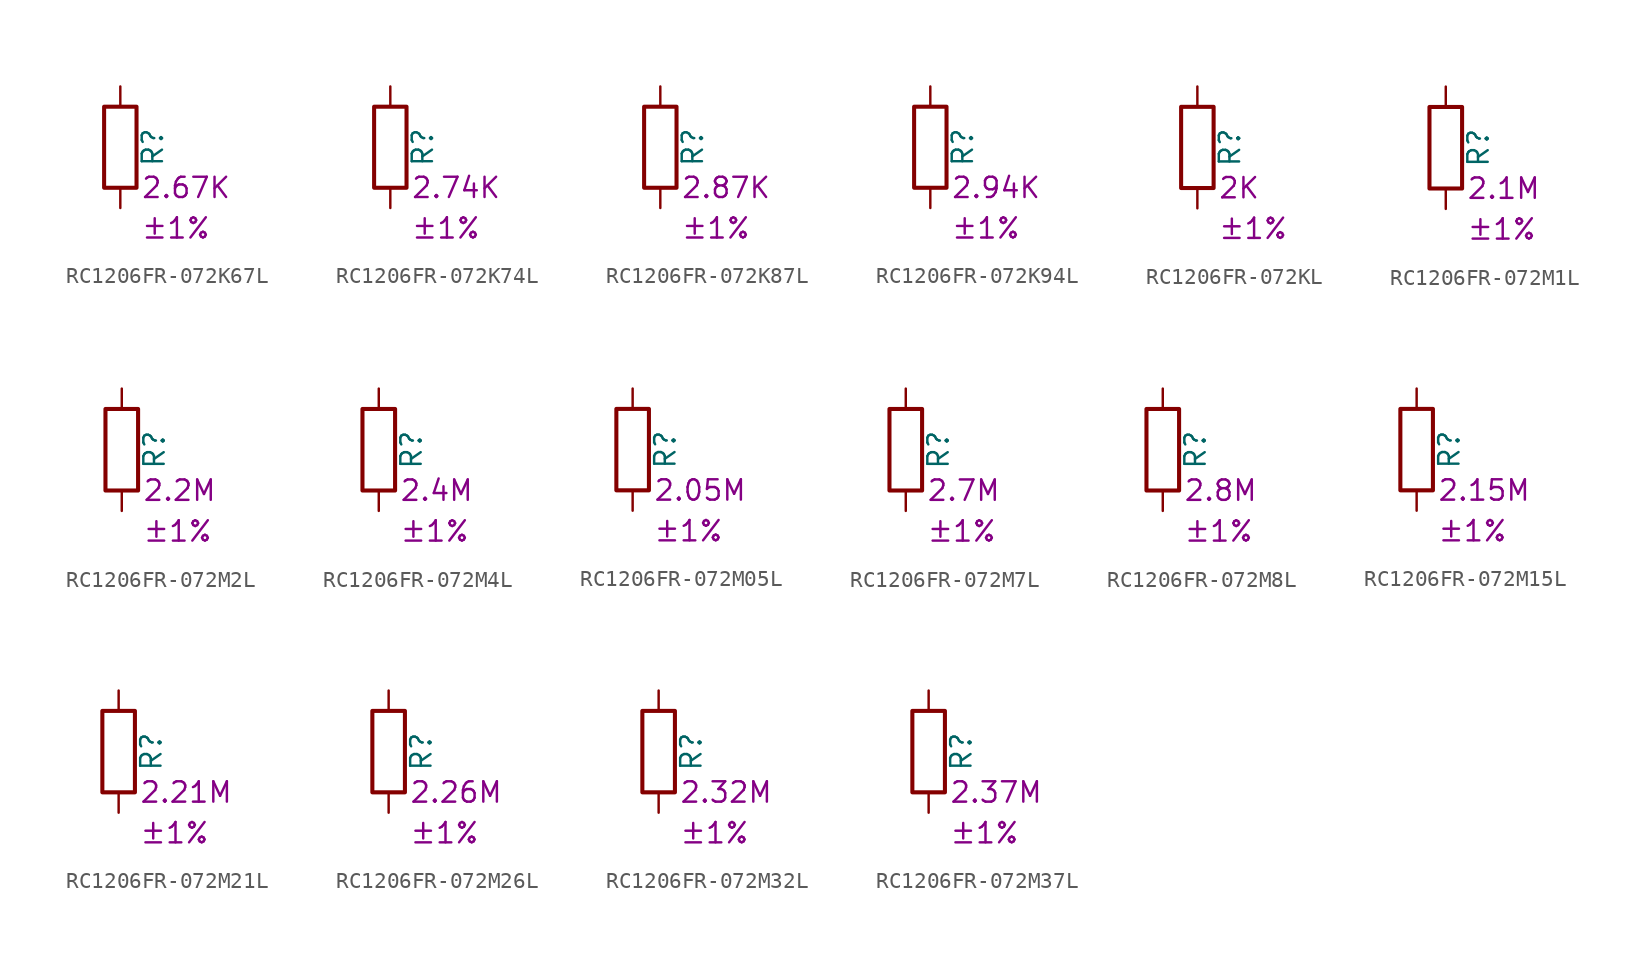
<source format=kicad_sym>
(kicad_symbol_lib
  (version 20220914)
  (generator kicad_symbol_editor)
  (symbol "RC1206FR-072K67L"
    (pin_numbers hide)
    (pin_names
      (offset 0))
    (property "Reference" "R"
      (at 2.032 0 90)
      (effects (font (size 1.27 1.27))))
    (property "Resistance" "2.67K"
      (at 1.27 -2.54 0)
      (effects (font (size 1.27 1.27)) (justify left)))
    (property "Tolerance" "±1%"
      (at 1.27 -5.08 0)
      (effects (font (size 1.27 1.27)) (justify left)))
    (symbol "RC1206FR-072K67L_0_1"
      (rectangle (start -1.016 -2.54) (end 1.016 2.54) (stroke (width 0.254) (type default)) (fill (type none))))
    (symbol "RC1206FR-072K67L_1_1"
      (pin passive line (at 0 3.81 270) (length 1.27) (name "~" (effects (font (size 1.27 1.27)))) (number "1" (effects (font (size 1.27 1.27)))))
      (pin passive line (at 0 -3.81 90) (length 1.27) (name "~" (effects (font (size 1.27 1.27)))) (number "2" (effects (font (size 1.27 1.27)))))))
  (symbol "RC1206FR-072K74L"
    (pin_numbers hide)
    (pin_names
      (offset 0))
    (property "Reference" "R"
      (at 2.032 0 90)
      (effects (font (size 1.27 1.27))))
    (property "Resistance" "2.74K"
      (at 1.27 -2.54 0)
      (effects (font (size 1.27 1.27)) (justify left)))
    (property "Tolerance" "±1%"
      (at 1.27 -5.08 0)
      (effects (font (size 1.27 1.27)) (justify left)))
    (symbol "RC1206FR-072K74L_0_1"
      (rectangle (start -1.016 -2.54) (end 1.016 2.54) (stroke (width 0.254) (type default)) (fill (type none))))
    (symbol "RC1206FR-072K74L_1_1"
      (pin passive line (at 0 3.81 270) (length 1.27) (name "~" (effects (font (size 1.27 1.27)))) (number "1" (effects (font (size 1.27 1.27)))))
      (pin passive line (at 0 -3.81 90) (length 1.27) (name "~" (effects (font (size 1.27 1.27)))) (number "2" (effects (font (size 1.27 1.27)))))))
  (symbol "RC1206FR-072K87L"
    (pin_numbers hide)
    (pin_names
      (offset 0))
    (property "Reference" "R"
      (at 2.032 0 90)
      (effects (font (size 1.27 1.27))))
    (property "Resistance" "2.87K"
      (at 1.27 -2.54 0)
      (effects (font (size 1.27 1.27)) (justify left)))
    (property "Tolerance" "±1%"
      (at 1.27 -5.08 0)
      (effects (font (size 1.27 1.27)) (justify left)))
    (symbol "RC1206FR-072K87L_0_1"
      (rectangle (start -1.016 -2.54) (end 1.016 2.54) (stroke (width 0.254) (type default)) (fill (type none))))
    (symbol "RC1206FR-072K87L_1_1"
      (pin passive line (at 0 3.81 270) (length 1.27) (name "~" (effects (font (size 1.27 1.27)))) (number "1" (effects (font (size 1.27 1.27)))))
      (pin passive line (at 0 -3.81 90) (length 1.27) (name "~" (effects (font (size 1.27 1.27)))) (number "2" (effects (font (size 1.27 1.27)))))))
  (symbol "RC1206FR-072K94L"
    (pin_numbers hide)
    (pin_names
      (offset 0))
    (property "Reference" "R"
      (at 2.032 0 90)
      (effects (font (size 1.27 1.27))))
    (property "Resistance" "2.94K"
      (at 1.27 -2.54 0)
      (effects (font (size 1.27 1.27)) (justify left)))
    (property "Tolerance" "±1%"
      (at 1.27 -5.08 0)
      (effects (font (size 1.27 1.27)) (justify left)))
    (symbol "RC1206FR-072K94L_0_1"
      (rectangle (start -1.016 -2.54) (end 1.016 2.54) (stroke (width 0.254) (type default)) (fill (type none))))
    (symbol "RC1206FR-072K94L_1_1"
      (pin passive line (at 0 3.81 270) (length 1.27) (name "~" (effects (font (size 1.27 1.27)))) (number "1" (effects (font (size 1.27 1.27)))))
      (pin passive line (at 0 -3.81 90) (length 1.27) (name "~" (effects (font (size 1.27 1.27)))) (number "2" (effects (font (size 1.27 1.27)))))))
  (symbol "RC1206FR-072KL"
    (pin_numbers hide)
    (pin_names
      (offset 0))
    (property "Reference" "R"
      (at 2.032 0 90)
      (effects (font (size 1.27 1.27))))
    (property "Resistance" "2K"
      (at 1.27 -2.54 0)
      (effects (font (size 1.27 1.27)) (justify left)))
    (property "Tolerance" "±1%"
      (at 1.27 -5.08 0)
      (effects (font (size 1.27 1.27)) (justify left)))
    (symbol "RC1206FR-072KL_0_1"
      (rectangle (start -1.016 -2.54) (end 1.016 2.54) (stroke (width 0.254) (type default)) (fill (type none))))
    (symbol "RC1206FR-072KL_1_1"
      (pin passive line (at 0 3.81 270) (length 1.27) (name "~" (effects (font (size 1.27 1.27)))) (number "1" (effects (font (size 1.27 1.27)))))
      (pin passive line (at 0 -3.81 90) (length 1.27) (name "~" (effects (font (size 1.27 1.27)))) (number "2" (effects (font (size 1.27 1.27)))))))
  (symbol "RC1206FR-072M1L"
    (pin_numbers hide)
    (pin_names
      (offset 0))
    (property "Reference" "R"
      (at 2.032 0 90)
      (effects (font (size 1.27 1.27))))
    (property "Resistance" "2.1M"
      (at 1.27 -2.54 0)
      (effects (font (size 1.27 1.27)) (justify left)))
    (property "Tolerance" "±1%"
      (at 1.27 -5.08 0)
      (effects (font (size 1.27 1.27)) (justify left)))
    (symbol "RC1206FR-072M1L_0_1"
      (rectangle (start -1.016 -2.54) (end 1.016 2.54) (stroke (width 0.254) (type default)) (fill (type none))))
    (symbol "RC1206FR-072M1L_1_1"
      (pin passive line (at 0 3.81 270) (length 1.27) (name "~" (effects (font (size 1.27 1.27)))) (number "1" (effects (font (size 1.27 1.27)))))
      (pin passive line (at 0 -3.81 90) (length 1.27) (name "~" (effects (font (size 1.27 1.27)))) (number "2" (effects (font (size 1.27 1.27)))))))
  (symbol "RC1206FR-072M2L"
    (pin_numbers hide)
    (pin_names
      (offset 0))
    (property "Reference" "R"
      (at 2.032 0 90)
      (effects (font (size 1.27 1.27))))
    (property "Resistance" "2.2M"
      (at 1.27 -2.54 0)
      (effects (font (size 1.27 1.27)) (justify left)))
    (property "Tolerance" "±1%"
      (at 1.27 -5.08 0)
      (effects (font (size 1.27 1.27)) (justify left)))
    (symbol "RC1206FR-072M2L_0_1"
      (rectangle (start -1.016 -2.54) (end 1.016 2.54) (stroke (width 0.254) (type default)) (fill (type none))))
    (symbol "RC1206FR-072M2L_1_1"
      (pin passive line (at 0 3.81 270) (length 1.27) (name "~" (effects (font (size 1.27 1.27)))) (number "1" (effects (font (size 1.27 1.27)))))
      (pin passive line (at 0 -3.81 90) (length 1.27) (name "~" (effects (font (size 1.27 1.27)))) (number "2" (effects (font (size 1.27 1.27)))))))
  (symbol "RC1206FR-072M4L"
    (pin_numbers hide)
    (pin_names
      (offset 0))
    (property "Reference" "R"
      (at 2.032 0 90)
      (effects (font (size 1.27 1.27))))
    (property "Resistance" "2.4M"
      (at 1.27 -2.54 0)
      (effects (font (size 1.27 1.27)) (justify left)))
    (property "Tolerance" "±1%"
      (at 1.27 -5.08 0)
      (effects (font (size 1.27 1.27)) (justify left)))
    (symbol "RC1206FR-072M4L_0_1"
      (rectangle (start -1.016 -2.54) (end 1.016 2.54) (stroke (width 0.254) (type default)) (fill (type none))))
    (symbol "RC1206FR-072M4L_1_1"
      (pin passive line (at 0 3.81 270) (length 1.27) (name "~" (effects (font (size 1.27 1.27)))) (number "1" (effects (font (size 1.27 1.27)))))
      (pin passive line (at 0 -3.81 90) (length 1.27) (name "~" (effects (font (size 1.27 1.27)))) (number "2" (effects (font (size 1.27 1.27)))))))
  (symbol "RC1206FR-072M05L"
    (pin_numbers hide)
    (pin_names
      (offset 0))
    (property "Reference" "R"
      (at 2.032 0 90)
      (effects (font (size 1.27 1.27))))
    (property "Resistance" "2.05M"
      (at 1.27 -2.54 0)
      (effects (font (size 1.27 1.27)) (justify left)))
    (property "Tolerance" "±1%"
      (at 1.27 -5.08 0)
      (effects (font (size 1.27 1.27)) (justify left)))
    (symbol "RC1206FR-072M05L_0_1"
      (rectangle (start -1.016 -2.54) (end 1.016 2.54) (stroke (width 0.254) (type default)) (fill (type none))))
    (symbol "RC1206FR-072M05L_1_1"
      (pin passive line (at 0 3.81 270) (length 1.27) (name "~" (effects (font (size 1.27 1.27)))) (number "1" (effects (font (size 1.27 1.27)))))
      (pin passive line (at 0 -3.81 90) (length 1.27) (name "~" (effects (font (size 1.27 1.27)))) (number "2" (effects (font (size 1.27 1.27)))))))
  (symbol "RC1206FR-072M7L"
    (pin_numbers hide)
    (pin_names
      (offset 0))
    (property "Reference" "R"
      (at 2.032 0 90)
      (effects (font (size 1.27 1.27))))
    (property "Resistance" "2.7M"
      (at 1.27 -2.54 0)
      (effects (font (size 1.27 1.27)) (justify left)))
    (property "Tolerance" "±1%"
      (at 1.27 -5.08 0)
      (effects (font (size 1.27 1.27)) (justify left)))
    (symbol "RC1206FR-072M7L_0_1"
      (rectangle (start -1.016 -2.54) (end 1.016 2.54) (stroke (width 0.254) (type default)) (fill (type none))))
    (symbol "RC1206FR-072M7L_1_1"
      (pin passive line (at 0 3.81 270) (length 1.27) (name "~" (effects (font (size 1.27 1.27)))) (number "1" (effects (font (size 1.27 1.27)))))
      (pin passive line (at 0 -3.81 90) (length 1.27) (name "~" (effects (font (size 1.27 1.27)))) (number "2" (effects (font (size 1.27 1.27)))))))
  (symbol "RC1206FR-072M8L"
    (pin_numbers hide)
    (pin_names
      (offset 0))
    (property "Reference" "R"
      (at 2.032 0 90)
      (effects (font (size 1.27 1.27))))
    (property "Resistance" "2.8M"
      (at 1.27 -2.54 0)
      (effects (font (size 1.27 1.27)) (justify left)))
    (property "Tolerance" "±1%"
      (at 1.27 -5.08 0)
      (effects (font (size 1.27 1.27)) (justify left)))
    (symbol "RC1206FR-072M8L_0_1"
      (rectangle (start -1.016 -2.54) (end 1.016 2.54) (stroke (width 0.254) (type default)) (fill (type none))))
    (symbol "RC1206FR-072M8L_1_1"
      (pin passive line (at 0 3.81 270) (length 1.27) (name "~" (effects (font (size 1.27 1.27)))) (number "1" (effects (font (size 1.27 1.27)))))
      (pin passive line (at 0 -3.81 90) (length 1.27) (name "~" (effects (font (size 1.27 1.27)))) (number "2" (effects (font (size 1.27 1.27)))))))
  (symbol "RC1206FR-072M15L"
    (pin_numbers hide)
    (pin_names
      (offset 0))
    (property "Reference" "R"
      (at 2.032 0 90)
      (effects (font (size 1.27 1.27))))
    (property "Resistance" "2.15M"
      (at 1.27 -2.54 0)
      (effects (font (size 1.27 1.27)) (justify left)))
    (property "Tolerance" "±1%"
      (at 1.27 -5.08 0)
      (effects (font (size 1.27 1.27)) (justify left)))
    (symbol "RC1206FR-072M15L_0_1"
      (rectangle (start -1.016 -2.54) (end 1.016 2.54) (stroke (width 0.254) (type default)) (fill (type none))))
    (symbol "RC1206FR-072M15L_1_1"
      (pin passive line (at 0 3.81 270) (length 1.27) (name "~" (effects (font (size 1.27 1.27)))) (number "1" (effects (font (size 1.27 1.27)))))
      (pin passive line (at 0 -3.81 90) (length 1.27) (name "~" (effects (font (size 1.27 1.27)))) (number "2" (effects (font (size 1.27 1.27)))))))
  (symbol "RC1206FR-072M21L"
    (pin_numbers hide)
    (pin_names
      (offset 0))
    (property "Reference" "R"
      (at 2.032 0 90)
      (effects (font (size 1.27 1.27))))
    (property "Resistance" "2.21M"
      (at 1.27 -2.54 0)
      (effects (font (size 1.27 1.27)) (justify left)))
    (property "Tolerance" "±1%"
      (at 1.27 -5.08 0)
      (effects (font (size 1.27 1.27)) (justify left)))
    (symbol "RC1206FR-072M21L_0_1"
      (rectangle (start -1.016 -2.54) (end 1.016 2.54) (stroke (width 0.254) (type default)) (fill (type none))))
    (symbol "RC1206FR-072M21L_1_1"
      (pin passive line (at 0 3.81 270) (length 1.27) (name "~" (effects (font (size 1.27 1.27)))) (number "1" (effects (font (size 1.27 1.27)))))
      (pin passive line (at 0 -3.81 90) (length 1.27) (name "~" (effects (font (size 1.27 1.27)))) (number "2" (effects (font (size 1.27 1.27)))))))
  (symbol "RC1206FR-072M26L"
    (pin_numbers hide)
    (pin_names
      (offset 0))
    (property "Reference" "R"
      (at 2.032 0 90)
      (effects (font (size 1.27 1.27))))
    (property "Resistance" "2.26M"
      (at 1.27 -2.54 0)
      (effects (font (size 1.27 1.27)) (justify left)))
    (property "Tolerance" "±1%"
      (at 1.27 -5.08 0)
      (effects (font (size 1.27 1.27)) (justify left)))
    (symbol "RC1206FR-072M26L_0_1"
      (rectangle (start -1.016 -2.54) (end 1.016 2.54) (stroke (width 0.254) (type default)) (fill (type none))))
    (symbol "RC1206FR-072M26L_1_1"
      (pin passive line (at 0 3.81 270) (length 1.27) (name "~" (effects (font (size 1.27 1.27)))) (number "1" (effects (font (size 1.27 1.27)))))
      (pin passive line (at 0 -3.81 90) (length 1.27) (name "~" (effects (font (size 1.27 1.27)))) (number "2" (effects (font (size 1.27 1.27)))))))
  (symbol "RC1206FR-072M32L"
    (pin_numbers hide)
    (pin_names
      (offset 0))
    (property "Reference" "R"
      (at 2.032 0 90)
      (effects (font (size 1.27 1.27))))
    (property "Resistance" "2.32M"
      (at 1.27 -2.54 0)
      (effects (font (size 1.27 1.27)) (justify left)))
    (property "Tolerance" "±1%"
      (at 1.27 -5.08 0)
      (effects (font (size 1.27 1.27)) (justify left)))
    (symbol "RC1206FR-072M32L_0_1"
      (rectangle (start -1.016 -2.54) (end 1.016 2.54) (stroke (width 0.254) (type default)) (fill (type none))))
    (symbol "RC1206FR-072M32L_1_1"
      (pin passive line (at 0 3.81 270) (length 1.27) (name "~" (effects (font (size 1.27 1.27)))) (number "1" (effects (font (size 1.27 1.27)))))
      (pin passive line (at 0 -3.81 90) (length 1.27) (name "~" (effects (font (size 1.27 1.27)))) (number "2" (effects (font (size 1.27 1.27)))))))
  (symbol "RC1206FR-072M37L"
    (pin_numbers hide)
    (pin_names
      (offset 0))
    (property "Reference" "R"
      (at 2.032 0 90)
      (effects (font (size 1.27 1.27))))
    (property "Resistance" "2.37M"
      (at 1.27 -2.54 0)
      (effects (font (size 1.27 1.27)) (justify left)))
    (property "Tolerance" "±1%"
      (at 1.27 -5.08 0)
      (effects (font (size 1.27 1.27)) (justify left)))
    (symbol "RC1206FR-072M37L_0_1"
      (rectangle (start -1.016 -2.54) (end 1.016 2.54) (stroke (width 0.254) (type default)) (fill (type none))))
    (symbol "RC1206FR-072M37L_1_1"
      (pin passive line (at 0 3.81 270) (length 1.27) (name "~" (effects (font (size 1.27 1.27)))) (number "1" (effects (font (size 1.27 1.27)))))
      (pin passive line (at 0 -3.81 90) (length 1.27) (name "~" (effects (font (size 1.27 1.27)))) (number "2" (effects (font (size 1.27 1.27))))))))
</source>
